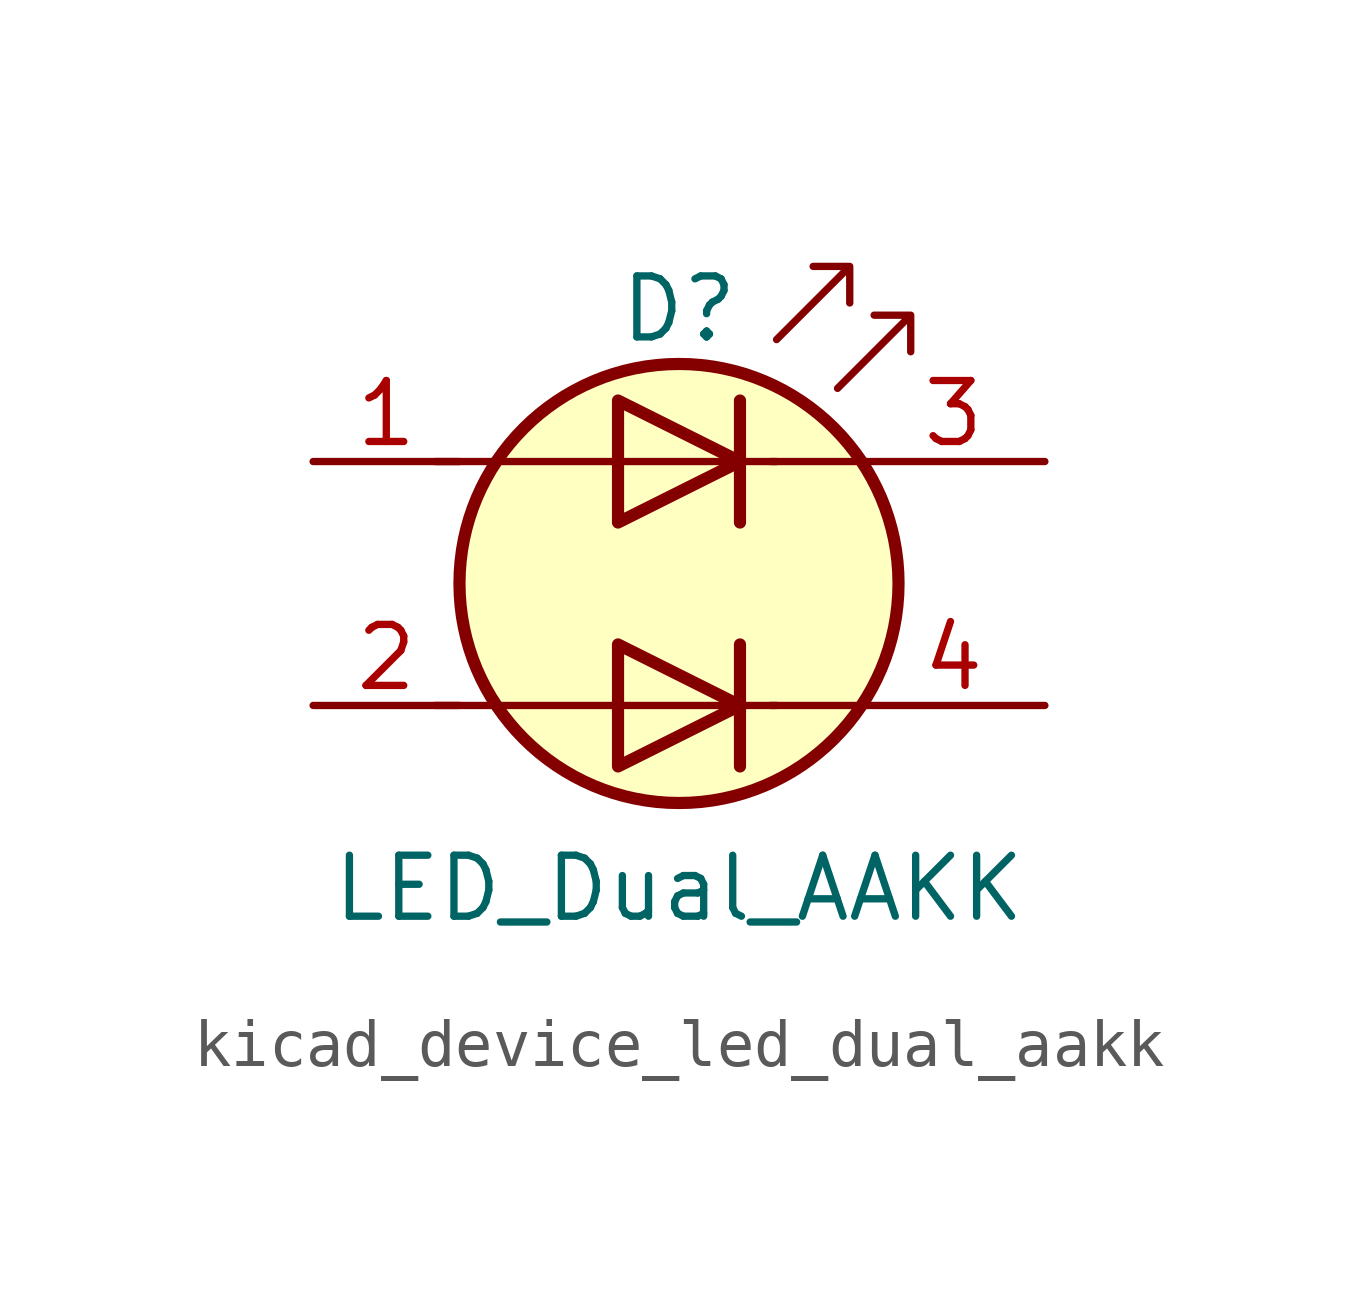
<source format=kicad_sym>
(kicad_symbol_lib
  (version 20220914)
  (generator kicad_symbol_editor)
  (symbol "kicad_device_led_dual_aakk"
    (pin_names
      (offset 0) hide)
    (property "Reference" "D"
      (at 0 5.715 0)
      (effects (font (size 1.27 1.27))))
    (property "Value" "LED_Dual_AAKK"
      (at 0 -6.35 0)
      (effects (font (size 1.27 1.27))))
    (symbol "kicad_device_led_dual_aakk_0_1"
      (polyline (pts (xy -5.08 -2.54) (xy 2.032 -2.54)) (stroke (width 0) (type default)) (fill (type none)))
      (polyline (pts (xy -5.08 2.54) (xy 2.032 2.54)) (stroke (width 0) (type default)) (fill (type none)))
      (polyline (pts (xy 1.27 -1.27) (xy 1.27 -3.81)) (stroke (width 0.254) (type default)) (fill (type none)))
      (polyline (pts (xy 1.27 3.81) (xy 1.27 1.27)) (stroke (width 0.254) (type default)) (fill (type none)))
      (polyline (pts (xy 3.81 -2.54) (xy 1.905 -2.54)) (stroke (width 0) (type default)) (fill (type none)))
      (polyline (pts (xy 3.81 2.54) (xy 1.905 2.54)) (stroke (width 0) (type default)) (fill (type none)))
      (polyline (pts (xy -1.27 -1.27) (xy -1.27 -3.81) (xy 1.27 -2.54) (xy -1.27 -1.27)) (stroke (width 0.254) (type default)) (fill (type none)))
      (polyline (pts (xy -1.27 3.81) (xy -1.27 1.27) (xy 1.27 2.54) (xy -1.27 3.81)) (stroke (width 0.254) (type default)) (fill (type none)))
      (polyline (pts (xy 2.032 5.08) (xy 3.556 6.604) (xy 2.794 6.604) (xy 3.556 6.604) (xy 3.556 5.842)) (stroke (width 0) (type default)) (fill (type none)))
      (polyline (pts (xy 3.302 4.064) (xy 4.826 5.588) (xy 4.064 5.588) (xy 4.826 5.588) (xy 4.826 4.826)) (stroke (width 0) (type default)) (fill (type none)))
      (circle (center 0 0) (radius 4.572) (stroke (width 0.254) (type default)) (fill (type background))))
    (symbol "kicad_device_led_dual_aakk_1_1"
      (pin input line (at -7.62 2.54 0) (length 3.048) (name "A1" (effects (font (size 1.27 1.27)))) (number "1" (effects (font (size 1.27 1.27)))))
      (pin input line (at -7.62 -2.54 0) (length 3.048) (name "A2" (effects (font (size 1.27 1.27)))) (number "2" (effects (font (size 1.27 1.27)))))
      (pin input line (at 7.62 2.54 180) (length 3.81) (name "K1" (effects (font (size 1.27 1.27)))) (number "3" (effects (font (size 1.27 1.27)))))
      (pin input line (at 7.62 -2.54 180) (length 3.81) (name "K2" (effects (font (size 1.27 1.27)))) (number "4" (effects (font (size 1.27 1.27))))))))
</source>
